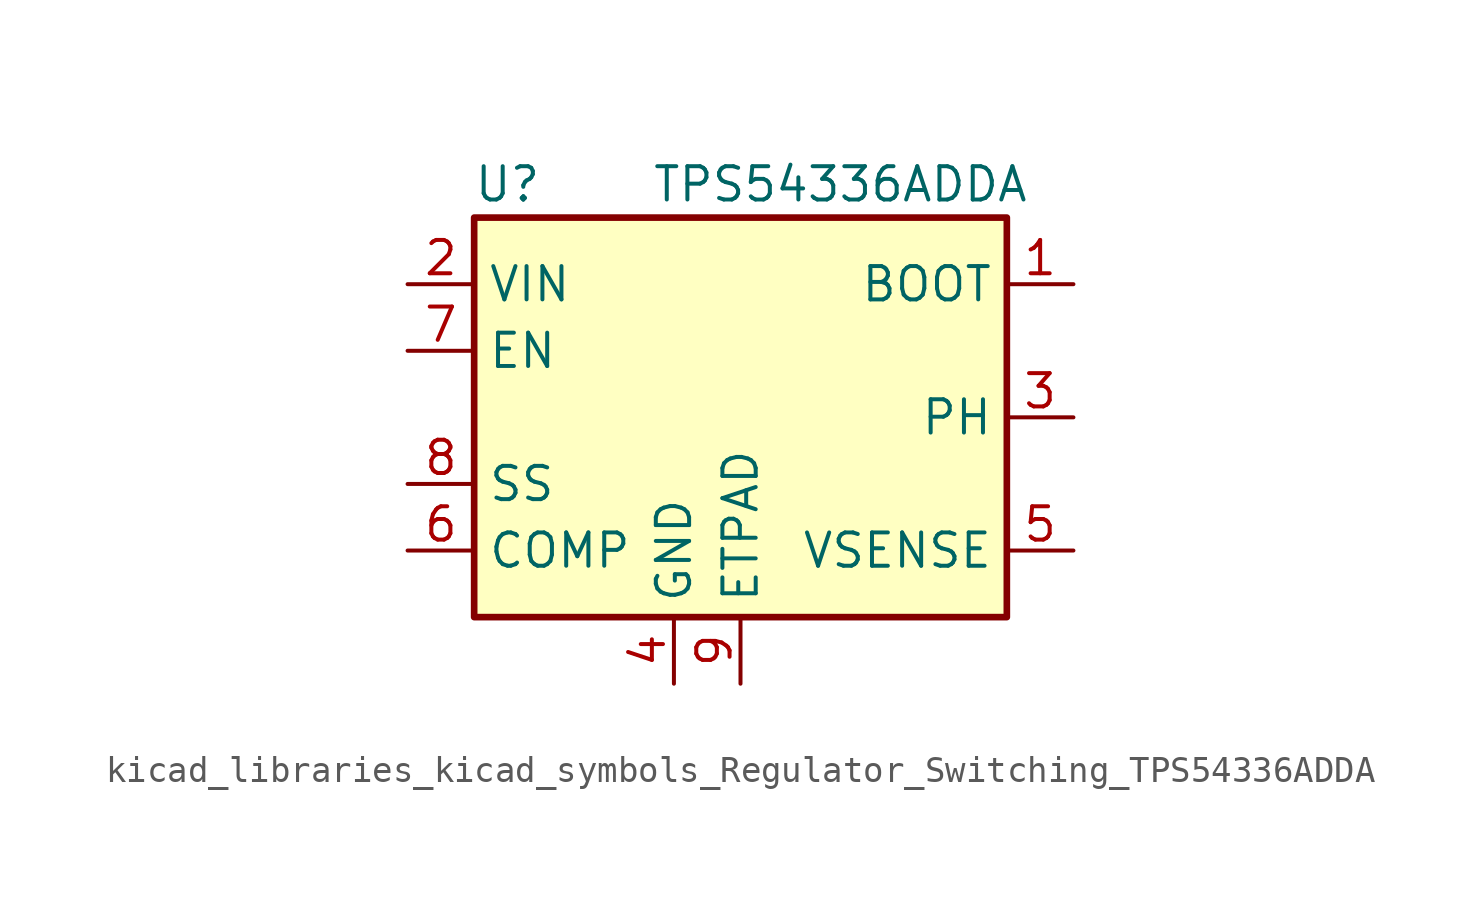
<source format=kicad_sym>
(kicad_symbol_lib
  (version 20220914)
  (generator kicad_symbol_editor)
  (symbol "kicad_libraries_kicad_symbols_Regulator_Switching_TPS54336ADDA"
    (property "Reference" "U"
      (at -8.89 8.89 0)
      (effects (font (size 1.27 1.27))))
    (property "Value" "TPS54336ADDA"
      (at 3.81 8.89 0)
      (effects (font (size 1.27 1.27))))
    (symbol "kicad_libraries_kicad_symbols_Regulator_Switching_TPS54336ADDA_1_1"
      (rectangle (start -10.16 7.62) (end 10.16 -7.62) (stroke (width 0.254) (type default)) (fill (type background)))
      (pin output line (at 12.7 5.08 180) (length 2.54) (name "BOOT" (effects (font (size 1.27 1.27)))) (number "1" (effects (font (size 1.27 1.27)))))
      (pin power_in line (at -12.7 5.08 0) (length 2.54) (name "VIN" (effects (font (size 1.27 1.27)))) (number "2" (effects (font (size 1.27 1.27)))))
      (pin output line (at 12.7 0 180) (length 2.54) (name "PH" (effects (font (size 1.27 1.27)))) (number "3" (effects (font (size 1.27 1.27)))))
      (pin power_in line (at -2.54 -10.16 90) (length 2.54) (name "GND" (effects (font (size 1.27 1.27)))) (number "4" (effects (font (size 1.27 1.27)))))
      (pin input line (at 12.7 -5.08 180) (length 2.54) (name "VSENSE" (effects (font (size 1.27 1.27)))) (number "5" (effects (font (size 1.27 1.27)))))
      (pin output line (at -12.7 -5.08 0) (length 2.54) (name "COMP" (effects (font (size 1.27 1.27)))) (number "6" (effects (font (size 1.27 1.27)))))
      (pin input line (at -12.7 2.54 0) (length 2.54) (name "EN" (effects (font (size 1.27 1.27)))) (number "7" (effects (font (size 1.27 1.27)))))
      (pin output line (at -12.7 -2.54 0) (length 2.54) (name "SS" (effects (font (size 1.27 1.27)))) (number "8" (effects (font (size 1.27 1.27)))))
      (pin power_in line (at 0 -10.16 90) (length 2.54) (name "ETPAD" (effects (font (size 1.27 1.27)))) (number "9" (effects (font (size 1.27 1.27))))))))
</source>
